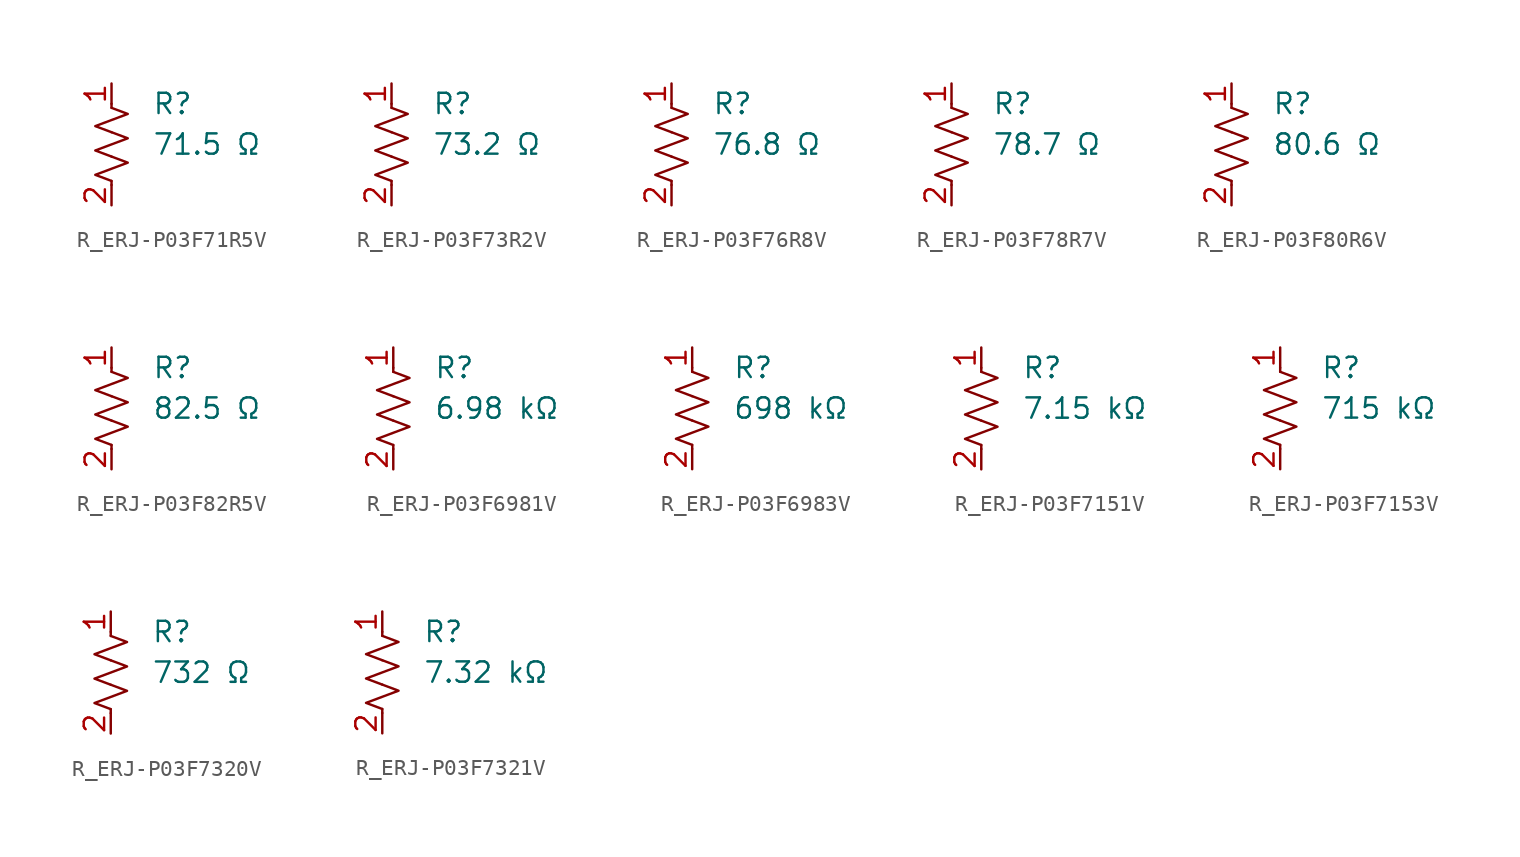
<source format=kicad_sym>
(kicad_symbol_lib
  (version 20231120)
  (generator "kicad_symbol_editor")
  (generator_version "8.0")
  (symbol "R_ERJ-P03F71R5V"
    (pin_names
      (offset 0.254))
    (property "Value" "71.5 Ω"
      (at 2.54 0 0)
      (effects (font (size 1.27 1.27)) (justify left)))
    (property "Reference" "R"
      (at 2.54 2.54 0)
      (effects (font (size 1.27 1.27)) (justify left)))
    (symbol "R_ERJ-P03F71R5V_0_1"
      (polyline (pts (xy 0 -2.286) (xy 0 -2.54)) (stroke (width 0) (type default)) (fill (type none)))
      (polyline (pts (xy 0 2.286) (xy 0 2.54)) (stroke (width 0) (type default)) (fill (type none)))
      (polyline (pts (xy 0 -0.762) (xy 1.016 -1.143) (xy 0 -1.524) (xy -1.016 -1.905) (xy 0 -2.286)) (stroke (width 0) (type default)) (fill (type none)))
      (polyline (pts (xy 0 0.762) (xy 1.016 0.381) (xy 0 0) (xy -1.016 -0.381) (xy 0 -0.762)) (stroke (width 0) (type default)) (fill (type none)))
      (polyline (pts (xy 0 2.286) (xy 1.016 1.905) (xy 0 1.524) (xy -1.016 1.143) (xy 0 0.762)) (stroke (width 0) (type default)) (fill (type none))))
    (symbol "R_ERJ-P03F71R5V_1_1"
      (pin passive line (at 0 3.81 270) (length 1.27) (name "~" (effects (font (size 1.27 1.27)))) (number "1" (effects (font (size 1.27 1.27)))))
      (pin passive line (at 0 -3.81 90) (length 1.27) (name "~" (effects (font (size 1.27 1.27)))) (number "2" (effects (font (size 1.27 1.27)))))))
  (symbol "R_ERJ-P03F73R2V"
    (pin_names
      (offset 0.254))
    (property "Value" "73.2 Ω"
      (at 2.54 0 0)
      (effects (font (size 1.27 1.27)) (justify left)))
    (property "Reference" "R"
      (at 2.54 2.54 0)
      (effects (font (size 1.27 1.27)) (justify left)))
    (symbol "R_ERJ-P03F73R2V_0_1"
      (polyline (pts (xy 0 -2.286) (xy 0 -2.54)) (stroke (width 0) (type default)) (fill (type none)))
      (polyline (pts (xy 0 2.286) (xy 0 2.54)) (stroke (width 0) (type default)) (fill (type none)))
      (polyline (pts (xy 0 -0.762) (xy 1.016 -1.143) (xy 0 -1.524) (xy -1.016 -1.905) (xy 0 -2.286)) (stroke (width 0) (type default)) (fill (type none)))
      (polyline (pts (xy 0 0.762) (xy 1.016 0.381) (xy 0 0) (xy -1.016 -0.381) (xy 0 -0.762)) (stroke (width 0) (type default)) (fill (type none)))
      (polyline (pts (xy 0 2.286) (xy 1.016 1.905) (xy 0 1.524) (xy -1.016 1.143) (xy 0 0.762)) (stroke (width 0) (type default)) (fill (type none))))
    (symbol "R_ERJ-P03F73R2V_1_1"
      (pin passive line (at 0 3.81 270) (length 1.27) (name "~" (effects (font (size 1.27 1.27)))) (number "1" (effects (font (size 1.27 1.27)))))
      (pin passive line (at 0 -3.81 90) (length 1.27) (name "~" (effects (font (size 1.27 1.27)))) (number "2" (effects (font (size 1.27 1.27)))))))
  (symbol "R_ERJ-P03F76R8V"
    (pin_names
      (offset 0.254))
    (property "Value" "76.8 Ω"
      (at 2.54 0 0)
      (effects (font (size 1.27 1.27)) (justify left)))
    (property "Reference" "R"
      (at 2.54 2.54 0)
      (effects (font (size 1.27 1.27)) (justify left)))
    (symbol "R_ERJ-P03F76R8V_0_1"
      (polyline (pts (xy 0 -2.286) (xy 0 -2.54)) (stroke (width 0) (type default)) (fill (type none)))
      (polyline (pts (xy 0 2.286) (xy 0 2.54)) (stroke (width 0) (type default)) (fill (type none)))
      (polyline (pts (xy 0 -0.762) (xy 1.016 -1.143) (xy 0 -1.524) (xy -1.016 -1.905) (xy 0 -2.286)) (stroke (width 0) (type default)) (fill (type none)))
      (polyline (pts (xy 0 0.762) (xy 1.016 0.381) (xy 0 0) (xy -1.016 -0.381) (xy 0 -0.762)) (stroke (width 0) (type default)) (fill (type none)))
      (polyline (pts (xy 0 2.286) (xy 1.016 1.905) (xy 0 1.524) (xy -1.016 1.143) (xy 0 0.762)) (stroke (width 0) (type default)) (fill (type none))))
    (symbol "R_ERJ-P03F76R8V_1_1"
      (pin passive line (at 0 3.81 270) (length 1.27) (name "~" (effects (font (size 1.27 1.27)))) (number "1" (effects (font (size 1.27 1.27)))))
      (pin passive line (at 0 -3.81 90) (length 1.27) (name "~" (effects (font (size 1.27 1.27)))) (number "2" (effects (font (size 1.27 1.27)))))))
  (symbol "R_ERJ-P03F78R7V"
    (pin_names
      (offset 0.254))
    (property "Value" "78.7 Ω"
      (at 2.54 0 0)
      (effects (font (size 1.27 1.27)) (justify left)))
    (property "Reference" "R"
      (at 2.54 2.54 0)
      (effects (font (size 1.27 1.27)) (justify left)))
    (symbol "R_ERJ-P03F78R7V_0_1"
      (polyline (pts (xy 0 -2.286) (xy 0 -2.54)) (stroke (width 0) (type default)) (fill (type none)))
      (polyline (pts (xy 0 2.286) (xy 0 2.54)) (stroke (width 0) (type default)) (fill (type none)))
      (polyline (pts (xy 0 -0.762) (xy 1.016 -1.143) (xy 0 -1.524) (xy -1.016 -1.905) (xy 0 -2.286)) (stroke (width 0) (type default)) (fill (type none)))
      (polyline (pts (xy 0 0.762) (xy 1.016 0.381) (xy 0 0) (xy -1.016 -0.381) (xy 0 -0.762)) (stroke (width 0) (type default)) (fill (type none)))
      (polyline (pts (xy 0 2.286) (xy 1.016 1.905) (xy 0 1.524) (xy -1.016 1.143) (xy 0 0.762)) (stroke (width 0) (type default)) (fill (type none))))
    (symbol "R_ERJ-P03F78R7V_1_1"
      (pin passive line (at 0 3.81 270) (length 1.27) (name "~" (effects (font (size 1.27 1.27)))) (number "1" (effects (font (size 1.27 1.27)))))
      (pin passive line (at 0 -3.81 90) (length 1.27) (name "~" (effects (font (size 1.27 1.27)))) (number "2" (effects (font (size 1.27 1.27)))))))
  (symbol "R_ERJ-P03F80R6V"
    (pin_names
      (offset 0.254))
    (property "Value" "80.6 Ω"
      (at 2.54 0 0)
      (effects (font (size 1.27 1.27)) (justify left)))
    (property "Reference" "R"
      (at 2.54 2.54 0)
      (effects (font (size 1.27 1.27)) (justify left)))
    (symbol "R_ERJ-P03F80R6V_0_1"
      (polyline (pts (xy 0 -2.286) (xy 0 -2.54)) (stroke (width 0) (type default)) (fill (type none)))
      (polyline (pts (xy 0 2.286) (xy 0 2.54)) (stroke (width 0) (type default)) (fill (type none)))
      (polyline (pts (xy 0 -0.762) (xy 1.016 -1.143) (xy 0 -1.524) (xy -1.016 -1.905) (xy 0 -2.286)) (stroke (width 0) (type default)) (fill (type none)))
      (polyline (pts (xy 0 0.762) (xy 1.016 0.381) (xy 0 0) (xy -1.016 -0.381) (xy 0 -0.762)) (stroke (width 0) (type default)) (fill (type none)))
      (polyline (pts (xy 0 2.286) (xy 1.016 1.905) (xy 0 1.524) (xy -1.016 1.143) (xy 0 0.762)) (stroke (width 0) (type default)) (fill (type none))))
    (symbol "R_ERJ-P03F80R6V_1_1"
      (pin passive line (at 0 3.81 270) (length 1.27) (name "~" (effects (font (size 1.27 1.27)))) (number "1" (effects (font (size 1.27 1.27)))))
      (pin passive line (at 0 -3.81 90) (length 1.27) (name "~" (effects (font (size 1.27 1.27)))) (number "2" (effects (font (size 1.27 1.27)))))))
  (symbol "R_ERJ-P03F82R5V"
    (pin_names
      (offset 0.254))
    (property "Value" "82.5 Ω"
      (at 2.54 0 0)
      (effects (font (size 1.27 1.27)) (justify left)))
    (property "Reference" "R"
      (at 2.54 2.54 0)
      (effects (font (size 1.27 1.27)) (justify left)))
    (symbol "R_ERJ-P03F82R5V_0_1"
      (polyline (pts (xy 0 -2.286) (xy 0 -2.54)) (stroke (width 0) (type default)) (fill (type none)))
      (polyline (pts (xy 0 2.286) (xy 0 2.54)) (stroke (width 0) (type default)) (fill (type none)))
      (polyline (pts (xy 0 -0.762) (xy 1.016 -1.143) (xy 0 -1.524) (xy -1.016 -1.905) (xy 0 -2.286)) (stroke (width 0) (type default)) (fill (type none)))
      (polyline (pts (xy 0 0.762) (xy 1.016 0.381) (xy 0 0) (xy -1.016 -0.381) (xy 0 -0.762)) (stroke (width 0) (type default)) (fill (type none)))
      (polyline (pts (xy 0 2.286) (xy 1.016 1.905) (xy 0 1.524) (xy -1.016 1.143) (xy 0 0.762)) (stroke (width 0) (type default)) (fill (type none))))
    (symbol "R_ERJ-P03F82R5V_1_1"
      (pin passive line (at 0 3.81 270) (length 1.27) (name "~" (effects (font (size 1.27 1.27)))) (number "1" (effects (font (size 1.27 1.27)))))
      (pin passive line (at 0 -3.81 90) (length 1.27) (name "~" (effects (font (size 1.27 1.27)))) (number "2" (effects (font (size 1.27 1.27)))))))
  (symbol "R_ERJ-P03F6981V"
    (pin_names
      (offset 0.254))
    (property "Value" "6.98 kΩ"
      (at 2.54 0 0)
      (effects (font (size 1.27 1.27)) (justify left)))
    (property "Reference" "R"
      (at 2.54 2.54 0)
      (effects (font (size 1.27 1.27)) (justify left)))
    (symbol "R_ERJ-P03F6981V_0_1"
      (polyline (pts (xy 0 -2.286) (xy 0 -2.54)) (stroke (width 0) (type default)) (fill (type none)))
      (polyline (pts (xy 0 2.286) (xy 0 2.54)) (stroke (width 0) (type default)) (fill (type none)))
      (polyline (pts (xy 0 -0.762) (xy 1.016 -1.143) (xy 0 -1.524) (xy -1.016 -1.905) (xy 0 -2.286)) (stroke (width 0) (type default)) (fill (type none)))
      (polyline (pts (xy 0 0.762) (xy 1.016 0.381) (xy 0 0) (xy -1.016 -0.381) (xy 0 -0.762)) (stroke (width 0) (type default)) (fill (type none)))
      (polyline (pts (xy 0 2.286) (xy 1.016 1.905) (xy 0 1.524) (xy -1.016 1.143) (xy 0 0.762)) (stroke (width 0) (type default)) (fill (type none))))
    (symbol "R_ERJ-P03F6981V_1_1"
      (pin passive line (at 0 3.81 270) (length 1.27) (name "~" (effects (font (size 1.27 1.27)))) (number "1" (effects (font (size 1.27 1.27)))))
      (pin passive line (at 0 -3.81 90) (length 1.27) (name "~" (effects (font (size 1.27 1.27)))) (number "2" (effects (font (size 1.27 1.27)))))))
  (symbol "R_ERJ-P03F6983V"
    (pin_names
      (offset 0.254))
    (property "Value" "698 kΩ"
      (at 2.54 0 0)
      (effects (font (size 1.27 1.27)) (justify left)))
    (property "Reference" "R"
      (at 2.54 2.54 0)
      (effects (font (size 1.27 1.27)) (justify left)))
    (symbol "R_ERJ-P03F6983V_0_1"
      (polyline (pts (xy 0 -2.286) (xy 0 -2.54)) (stroke (width 0) (type default)) (fill (type none)))
      (polyline (pts (xy 0 2.286) (xy 0 2.54)) (stroke (width 0) (type default)) (fill (type none)))
      (polyline (pts (xy 0 -0.762) (xy 1.016 -1.143) (xy 0 -1.524) (xy -1.016 -1.905) (xy 0 -2.286)) (stroke (width 0) (type default)) (fill (type none)))
      (polyline (pts (xy 0 0.762) (xy 1.016 0.381) (xy 0 0) (xy -1.016 -0.381) (xy 0 -0.762)) (stroke (width 0) (type default)) (fill (type none)))
      (polyline (pts (xy 0 2.286) (xy 1.016 1.905) (xy 0 1.524) (xy -1.016 1.143) (xy 0 0.762)) (stroke (width 0) (type default)) (fill (type none))))
    (symbol "R_ERJ-P03F6983V_1_1"
      (pin passive line (at 0 3.81 270) (length 1.27) (name "~" (effects (font (size 1.27 1.27)))) (number "1" (effects (font (size 1.27 1.27)))))
      (pin passive line (at 0 -3.81 90) (length 1.27) (name "~" (effects (font (size 1.27 1.27)))) (number "2" (effects (font (size 1.27 1.27)))))))
  (symbol "R_ERJ-P03F7151V"
    (pin_names
      (offset 0.254))
    (property "Value" "7.15 kΩ"
      (at 2.54 0 0)
      (effects (font (size 1.27 1.27)) (justify left)))
    (property "Reference" "R"
      (at 2.54 2.54 0)
      (effects (font (size 1.27 1.27)) (justify left)))
    (symbol "R_ERJ-P03F7151V_0_1"
      (polyline (pts (xy 0 -2.286) (xy 0 -2.54)) (stroke (width 0) (type default)) (fill (type none)))
      (polyline (pts (xy 0 2.286) (xy 0 2.54)) (stroke (width 0) (type default)) (fill (type none)))
      (polyline (pts (xy 0 -0.762) (xy 1.016 -1.143) (xy 0 -1.524) (xy -1.016 -1.905) (xy 0 -2.286)) (stroke (width 0) (type default)) (fill (type none)))
      (polyline (pts (xy 0 0.762) (xy 1.016 0.381) (xy 0 0) (xy -1.016 -0.381) (xy 0 -0.762)) (stroke (width 0) (type default)) (fill (type none)))
      (polyline (pts (xy 0 2.286) (xy 1.016 1.905) (xy 0 1.524) (xy -1.016 1.143) (xy 0 0.762)) (stroke (width 0) (type default)) (fill (type none))))
    (symbol "R_ERJ-P03F7151V_1_1"
      (pin passive line (at 0 3.81 270) (length 1.27) (name "~" (effects (font (size 1.27 1.27)))) (number "1" (effects (font (size 1.27 1.27)))))
      (pin passive line (at 0 -3.81 90) (length 1.27) (name "~" (effects (font (size 1.27 1.27)))) (number "2" (effects (font (size 1.27 1.27)))))))
  (symbol "R_ERJ-P03F7153V"
    (pin_names
      (offset 0.254))
    (property "Value" "715 kΩ"
      (at 2.54 0 0)
      (effects (font (size 1.27 1.27)) (justify left)))
    (property "Reference" "R"
      (at 2.54 2.54 0)
      (effects (font (size 1.27 1.27)) (justify left)))
    (symbol "R_ERJ-P03F7153V_0_1"
      (polyline (pts (xy 0 -2.286) (xy 0 -2.54)) (stroke (width 0) (type default)) (fill (type none)))
      (polyline (pts (xy 0 2.286) (xy 0 2.54)) (stroke (width 0) (type default)) (fill (type none)))
      (polyline (pts (xy 0 -0.762) (xy 1.016 -1.143) (xy 0 -1.524) (xy -1.016 -1.905) (xy 0 -2.286)) (stroke (width 0) (type default)) (fill (type none)))
      (polyline (pts (xy 0 0.762) (xy 1.016 0.381) (xy 0 0) (xy -1.016 -0.381) (xy 0 -0.762)) (stroke (width 0) (type default)) (fill (type none)))
      (polyline (pts (xy 0 2.286) (xy 1.016 1.905) (xy 0 1.524) (xy -1.016 1.143) (xy 0 0.762)) (stroke (width 0) (type default)) (fill (type none))))
    (symbol "R_ERJ-P03F7153V_1_1"
      (pin passive line (at 0 3.81 270) (length 1.27) (name "~" (effects (font (size 1.27 1.27)))) (number "1" (effects (font (size 1.27 1.27)))))
      (pin passive line (at 0 -3.81 90) (length 1.27) (name "~" (effects (font (size 1.27 1.27)))) (number "2" (effects (font (size 1.27 1.27)))))))
  (symbol "R_ERJ-P03F7320V"
    (pin_names
      (offset 0.254))
    (property "Value" "732 Ω"
      (at 2.54 0 0)
      (effects (font (size 1.27 1.27)) (justify left)))
    (property "Reference" "R"
      (at 2.54 2.54 0)
      (effects (font (size 1.27 1.27)) (justify left)))
    (symbol "R_ERJ-P03F7320V_0_1"
      (polyline (pts (xy 0 -2.286) (xy 0 -2.54)) (stroke (width 0) (type default)) (fill (type none)))
      (polyline (pts (xy 0 2.286) (xy 0 2.54)) (stroke (width 0) (type default)) (fill (type none)))
      (polyline (pts (xy 0 -0.762) (xy 1.016 -1.143) (xy 0 -1.524) (xy -1.016 -1.905) (xy 0 -2.286)) (stroke (width 0) (type default)) (fill (type none)))
      (polyline (pts (xy 0 0.762) (xy 1.016 0.381) (xy 0 0) (xy -1.016 -0.381) (xy 0 -0.762)) (stroke (width 0) (type default)) (fill (type none)))
      (polyline (pts (xy 0 2.286) (xy 1.016 1.905) (xy 0 1.524) (xy -1.016 1.143) (xy 0 0.762)) (stroke (width 0) (type default)) (fill (type none))))
    (symbol "R_ERJ-P03F7320V_1_1"
      (pin passive line (at 0 3.81 270) (length 1.27) (name "~" (effects (font (size 1.27 1.27)))) (number "1" (effects (font (size 1.27 1.27)))))
      (pin passive line (at 0 -3.81 90) (length 1.27) (name "~" (effects (font (size 1.27 1.27)))) (number "2" (effects (font (size 1.27 1.27)))))))
  (symbol "R_ERJ-P03F7321V"
    (pin_names
      (offset 0.254))
    (property "Value" "7.32 kΩ"
      (at 2.54 0 0)
      (effects (font (size 1.27 1.27)) (justify left)))
    (property "Reference" "R"
      (at 2.54 2.54 0)
      (effects (font (size 1.27 1.27)) (justify left)))
    (symbol "R_ERJ-P03F7321V_0_1"
      (polyline (pts (xy 0 -2.286) (xy 0 -2.54)) (stroke (width 0) (type default)) (fill (type none)))
      (polyline (pts (xy 0 2.286) (xy 0 2.54)) (stroke (width 0) (type default)) (fill (type none)))
      (polyline (pts (xy 0 -0.762) (xy 1.016 -1.143) (xy 0 -1.524) (xy -1.016 -1.905) (xy 0 -2.286)) (stroke (width 0) (type default)) (fill (type none)))
      (polyline (pts (xy 0 0.762) (xy 1.016 0.381) (xy 0 0) (xy -1.016 -0.381) (xy 0 -0.762)) (stroke (width 0) (type default)) (fill (type none)))
      (polyline (pts (xy 0 2.286) (xy 1.016 1.905) (xy 0 1.524) (xy -1.016 1.143) (xy 0 0.762)) (stroke (width 0) (type default)) (fill (type none))))
    (symbol "R_ERJ-P03F7321V_1_1"
      (pin passive line (at 0 3.81 270) (length 1.27) (name "~" (effects (font (size 1.27 1.27)))) (number "1" (effects (font (size 1.27 1.27)))))
      (pin passive line (at 0 -3.81 90) (length 1.27) (name "~" (effects (font (size 1.27 1.27)))) (number "2" (effects (font (size 1.27 1.27))))))))
</source>
